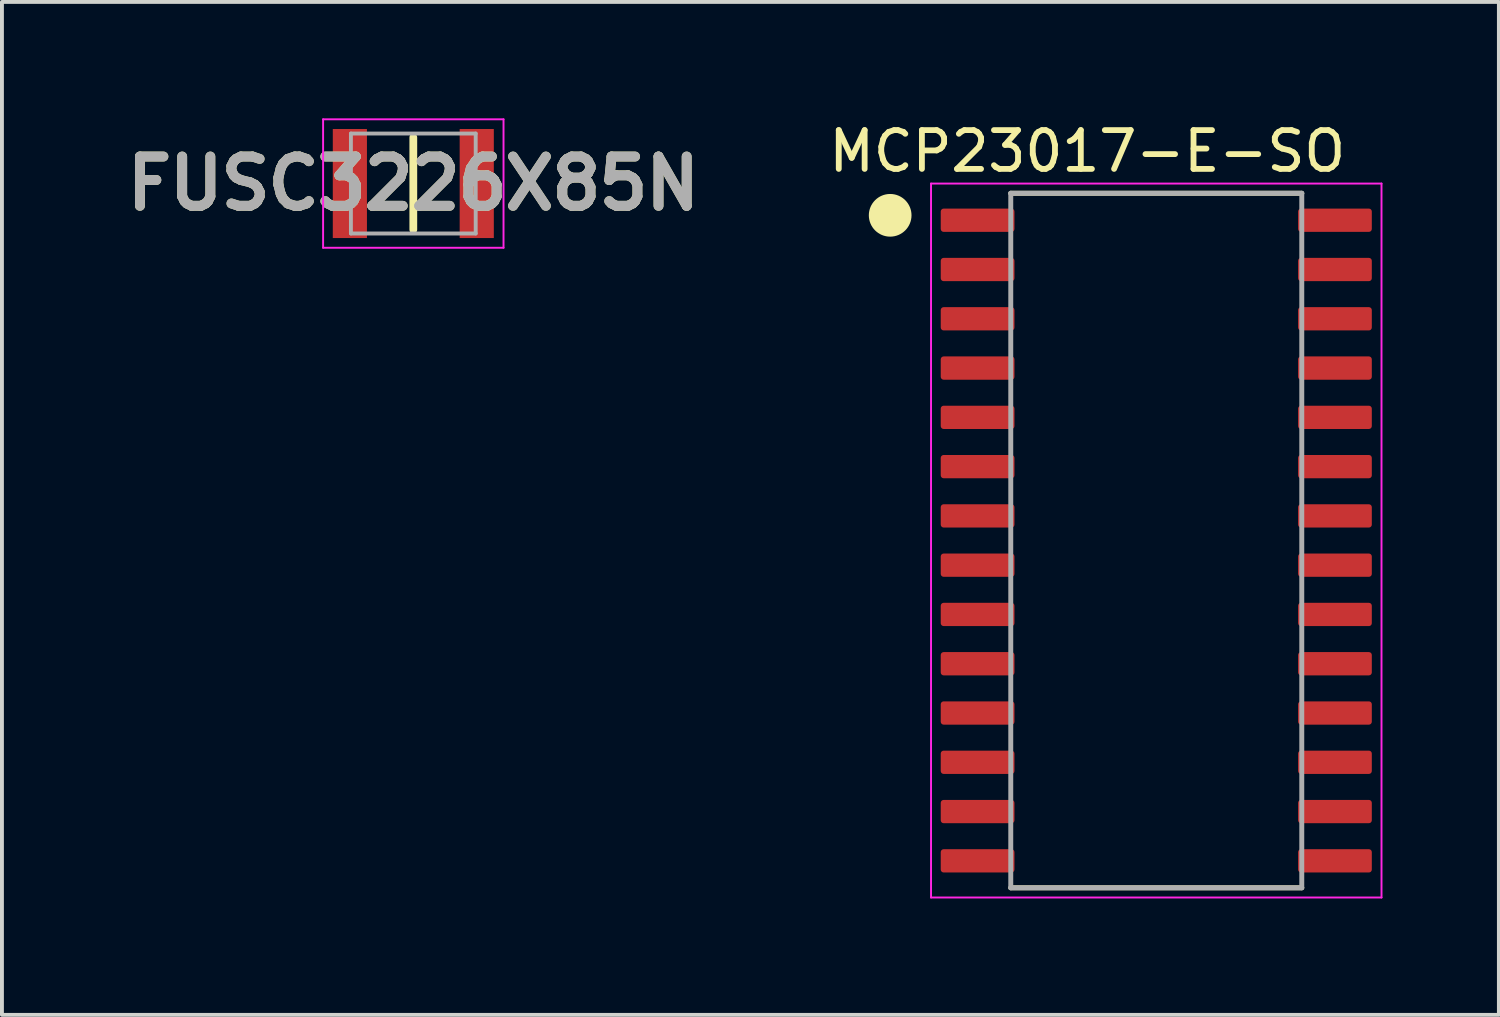
<source format=kicad_pcb>
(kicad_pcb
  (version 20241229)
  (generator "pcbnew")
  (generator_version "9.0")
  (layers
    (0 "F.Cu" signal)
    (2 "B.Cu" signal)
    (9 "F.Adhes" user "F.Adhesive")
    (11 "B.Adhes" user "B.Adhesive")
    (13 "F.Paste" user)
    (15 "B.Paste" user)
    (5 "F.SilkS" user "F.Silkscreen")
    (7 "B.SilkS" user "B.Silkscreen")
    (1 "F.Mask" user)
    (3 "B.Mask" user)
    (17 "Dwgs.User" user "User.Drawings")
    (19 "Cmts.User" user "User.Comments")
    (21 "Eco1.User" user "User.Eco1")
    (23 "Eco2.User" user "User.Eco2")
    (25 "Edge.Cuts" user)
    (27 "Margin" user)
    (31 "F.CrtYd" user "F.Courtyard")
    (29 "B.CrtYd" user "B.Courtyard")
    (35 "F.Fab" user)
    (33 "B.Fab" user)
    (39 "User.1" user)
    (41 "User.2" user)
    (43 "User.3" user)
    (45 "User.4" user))
  (footprint "FUSC3226X85N"
    (layer "F.Cu")
    (at 7.602 1.68)
    (property "Reference" "FUSC3226X85N" (at 0 0 0) (layer "F.SilkS") (effects (font (size 1.27 1.27) (thickness 0.254))))
    (attr smd)
    (fp_line (start 0 -1.188) (end 0 1.188) (stroke (width 0.2) (type solid)) (layer "F.SilkS"))
    (fp_line (start -2.325 -1.655) (end 2.325 -1.655) (stroke (width 0.05) (type solid)) (layer "F.CrtYd"))
    (fp_line (start -2.325 1.655) (end -2.325 -1.655) (stroke (width 0.05) (type solid)) (layer "F.CrtYd"))
    (fp_line (start 2.325 -1.655) (end 2.325 1.655) (stroke (width 0.05) (type solid)) (layer "F.CrtYd"))
    (fp_line (start 2.325 1.655) (end -2.325 1.655) (stroke (width 0.05) (type solid)) (layer "F.CrtYd"))
    (fp_line (start -1.608 -1.288) (end 1.608 -1.288) (stroke (width 0.1) (type solid)) (layer "F.Fab"))
    (fp_line (start -1.608 1.288) (end -1.608 -1.288) (stroke (width 0.1) (type solid)) (layer "F.Fab"))
    (fp_line (start 1.608 -1.288) (end 1.608 1.288) (stroke (width 0.1) (type solid)) (layer "F.Fab"))
    (fp_line (start 1.608 1.288) (end -1.608 1.288) (stroke (width 0.1) (type solid)) (layer "F.Fab"))
    (fp_text user "${REFERENCE}" (at 0 0 0) (layer "F.Fab") (effects (font (size 1.27 1.27) (thickness 0.254))))
    (pad "1" smd rect (at -1.635 0) (size 0.88 2.81) (layers "F.Cu" "F.Mask" "F.Paste"))
    (pad "2" smd rect (at 1.635 0) (size 0.88 2.81) (layers "F.Cu" "F.Mask" "F.Paste")))
  (footprint "MCP23017-E-SO"
    (layer "F.Cu")
    (at 26.75 10.881)
    (property "Reference" "MCP23017-E-SO" (at -1.778 -10.033 0) (layer "F.SilkS") (effects (font (size 1 1) (thickness 0.15))))
    (attr smd)
    (fp_line (start -3.75 -8.95) (end 3.75 -8.95) (stroke (width 0.127) (type solid)) (layer "F.SilkS"))
    (fp_line (start -3.75 8.95) (end 3.75 8.95) (stroke (width 0.127) (type solid)) (layer "F.SilkS"))
    (fp_circle (center -6.858 -8.382) (end -6.358 -8.382) (stroke (width 0.1) (type solid)) (fill yes) (layer "F.SilkS"))
    (fp_line (start -5.805 -9.2) (end -5.805 9.2) (stroke (width 0.05) (type solid)) (layer "F.CrtYd"))
    (fp_line (start -5.805 -9.2) (end 5.805 -9.2) (stroke (width 0.05) (type solid)) (layer "F.CrtYd"))
    (fp_line (start -5.805 9.2) (end 5.805 9.2) (stroke (width 0.05) (type solid)) (layer "F.CrtYd"))
    (fp_line (start 5.805 -9.2) (end 5.805 9.2) (stroke (width 0.05) (type solid)) (layer "F.CrtYd"))
    (fp_line (start -3.75 -8.95) (end -3.75 8.95) (stroke (width 0.127) (type solid)) (layer "F.Fab"))
    (fp_line (start -3.75 -8.95) (end 3.75 -8.95) (stroke (width 0.127) (type solid)) (layer "F.Fab"))
    (fp_line (start -3.75 8.95) (end 3.75 8.95) (stroke (width 0.127) (type solid)) (layer "F.Fab"))
    (fp_line (start 3.75 -8.95) (end 3.75 8.95) (stroke (width 0.127) (type solid)) (layer "F.Fab"))
    (pad "1" smd roundrect (at -4.605 -8.255) (size 1.9 0.6) (layers "F.Cu" "F.Mask" "F.Paste") (roundrect_rratio 0.125))
    (pad "2" smd roundrect (at -4.605 -6.985) (size 1.9 0.6) (layers "F.Cu" "F.Mask" "F.Paste") (roundrect_rratio 0.125))
    (pad "3" smd roundrect (at -4.605 -5.715) (size 1.9 0.6) (layers "F.Cu" "F.Mask" "F.Paste") (roundrect_rratio 0.125))
    (pad "4" smd roundrect (at -4.605 -4.445) (size 1.9 0.6) (layers "F.Cu" "F.Mask" "F.Paste") (roundrect_rratio 0.125))
    (pad "5" smd roundrect (at -4.605 -3.175) (size 1.9 0.6) (layers "F.Cu" "F.Mask" "F.Paste") (roundrect_rratio 0.125))
    (pad "6" smd roundrect (at -4.605 -1.905) (size 1.9 0.6) (layers "F.Cu" "F.Mask" "F.Paste") (roundrect_rratio 0.125))
    (pad "7" smd roundrect (at -4.605 -0.635) (size 1.9 0.6) (layers "F.Cu" "F.Mask" "F.Paste") (roundrect_rratio 0.125))
    (pad "8" smd roundrect (at -4.605 0.635) (size 1.9 0.6) (layers "F.Cu" "F.Mask" "F.Paste") (roundrect_rratio 0.125))
    (pad "9" smd roundrect (at -4.605 1.905) (size 1.9 0.6) (layers "F.Cu" "F.Mask" "F.Paste") (roundrect_rratio 0.125))
    (pad "10" smd roundrect (at -4.605 3.175) (size 1.9 0.6) (layers "F.Cu" "F.Mask" "F.Paste") (roundrect_rratio 0.125))
    (pad "11" smd roundrect (at -4.605 4.445) (size 1.9 0.6) (layers "F.Cu" "F.Mask" "F.Paste") (roundrect_rratio 0.125))
    (pad "12" smd roundrect (at -4.605 5.715) (size 1.9 0.6) (layers "F.Cu" "F.Mask" "F.Paste") (roundrect_rratio 0.125))
    (pad "13" smd roundrect (at -4.605 6.985) (size 1.9 0.6) (layers "F.Cu" "F.Mask" "F.Paste") (roundrect_rratio 0.125))
    (pad "14" smd roundrect (at -4.605 8.255) (size 1.9 0.6) (layers "F.Cu" "F.Mask" "F.Paste") (roundrect_rratio 0.125))
    (pad "15" smd roundrect (at 4.605 8.255) (size 1.9 0.6) (layers "F.Cu" "F.Mask" "F.Paste") (roundrect_rratio 0.125))
    (pad "16" smd roundrect (at 4.605 6.985) (size 1.9 0.6) (layers "F.Cu" "F.Mask" "F.Paste") (roundrect_rratio 0.125))
    (pad "17" smd roundrect (at 4.605 5.715) (size 1.9 0.6) (layers "F.Cu" "F.Mask" "F.Paste") (roundrect_rratio 0.125))
    (pad "18" smd roundrect (at 4.605 4.445) (size 1.9 0.6) (layers "F.Cu" "F.Mask" "F.Paste") (roundrect_rratio 0.125))
    (pad "19" smd roundrect (at 4.605 3.175) (size 1.9 0.6) (layers "F.Cu" "F.Mask" "F.Paste") (roundrect_rratio 0.125))
    (pad "20" smd roundrect (at 4.605 1.905) (size 1.9 0.6) (layers "F.Cu" "F.Mask" "F.Paste") (roundrect_rratio 0.125))
    (pad "21" smd roundrect (at 4.605 0.635) (size 1.9 0.6) (layers "F.Cu" "F.Mask" "F.Paste") (roundrect_rratio 0.125))
    (pad "22" smd roundrect (at 4.605 -0.635) (size 1.9 0.6) (layers "F.Cu" "F.Mask" "F.Paste") (roundrect_rratio 0.125))
    (pad "23" smd roundrect (at 4.605 -1.905) (size 1.9 0.6) (layers "F.Cu" "F.Mask" "F.Paste") (roundrect_rratio 0.125))
    (pad "24" smd roundrect (at 4.605 -3.175) (size 1.9 0.6) (layers "F.Cu" "F.Mask" "F.Paste") (roundrect_rratio 0.125))
    (pad "25" smd roundrect (at 4.605 -4.445) (size 1.9 0.6) (layers "F.Cu" "F.Mask" "F.Paste") (roundrect_rratio 0.125))
    (pad "26" smd roundrect (at 4.605 -5.715) (size 1.9 0.6) (layers "F.Cu" "F.Mask" "F.Paste") (roundrect_rratio 0.125))
    (pad "27" smd roundrect (at 4.605 -6.985) (size 1.9 0.6) (layers "F.Cu" "F.Mask" "F.Paste") (roundrect_rratio 0.125))
    (pad "28" smd roundrect (at 4.605 -8.255) (size 1.9 0.6) (layers "F.Cu" "F.Mask" "F.Paste") (roundrect_rratio 0.125)))
  (gr_rect
    (start -3 -3)
    (end 35.58 23.106)
    (stroke (width 0.1) (type default))
    (fill no)
    (layer "Edge.Cuts")))
</source>
